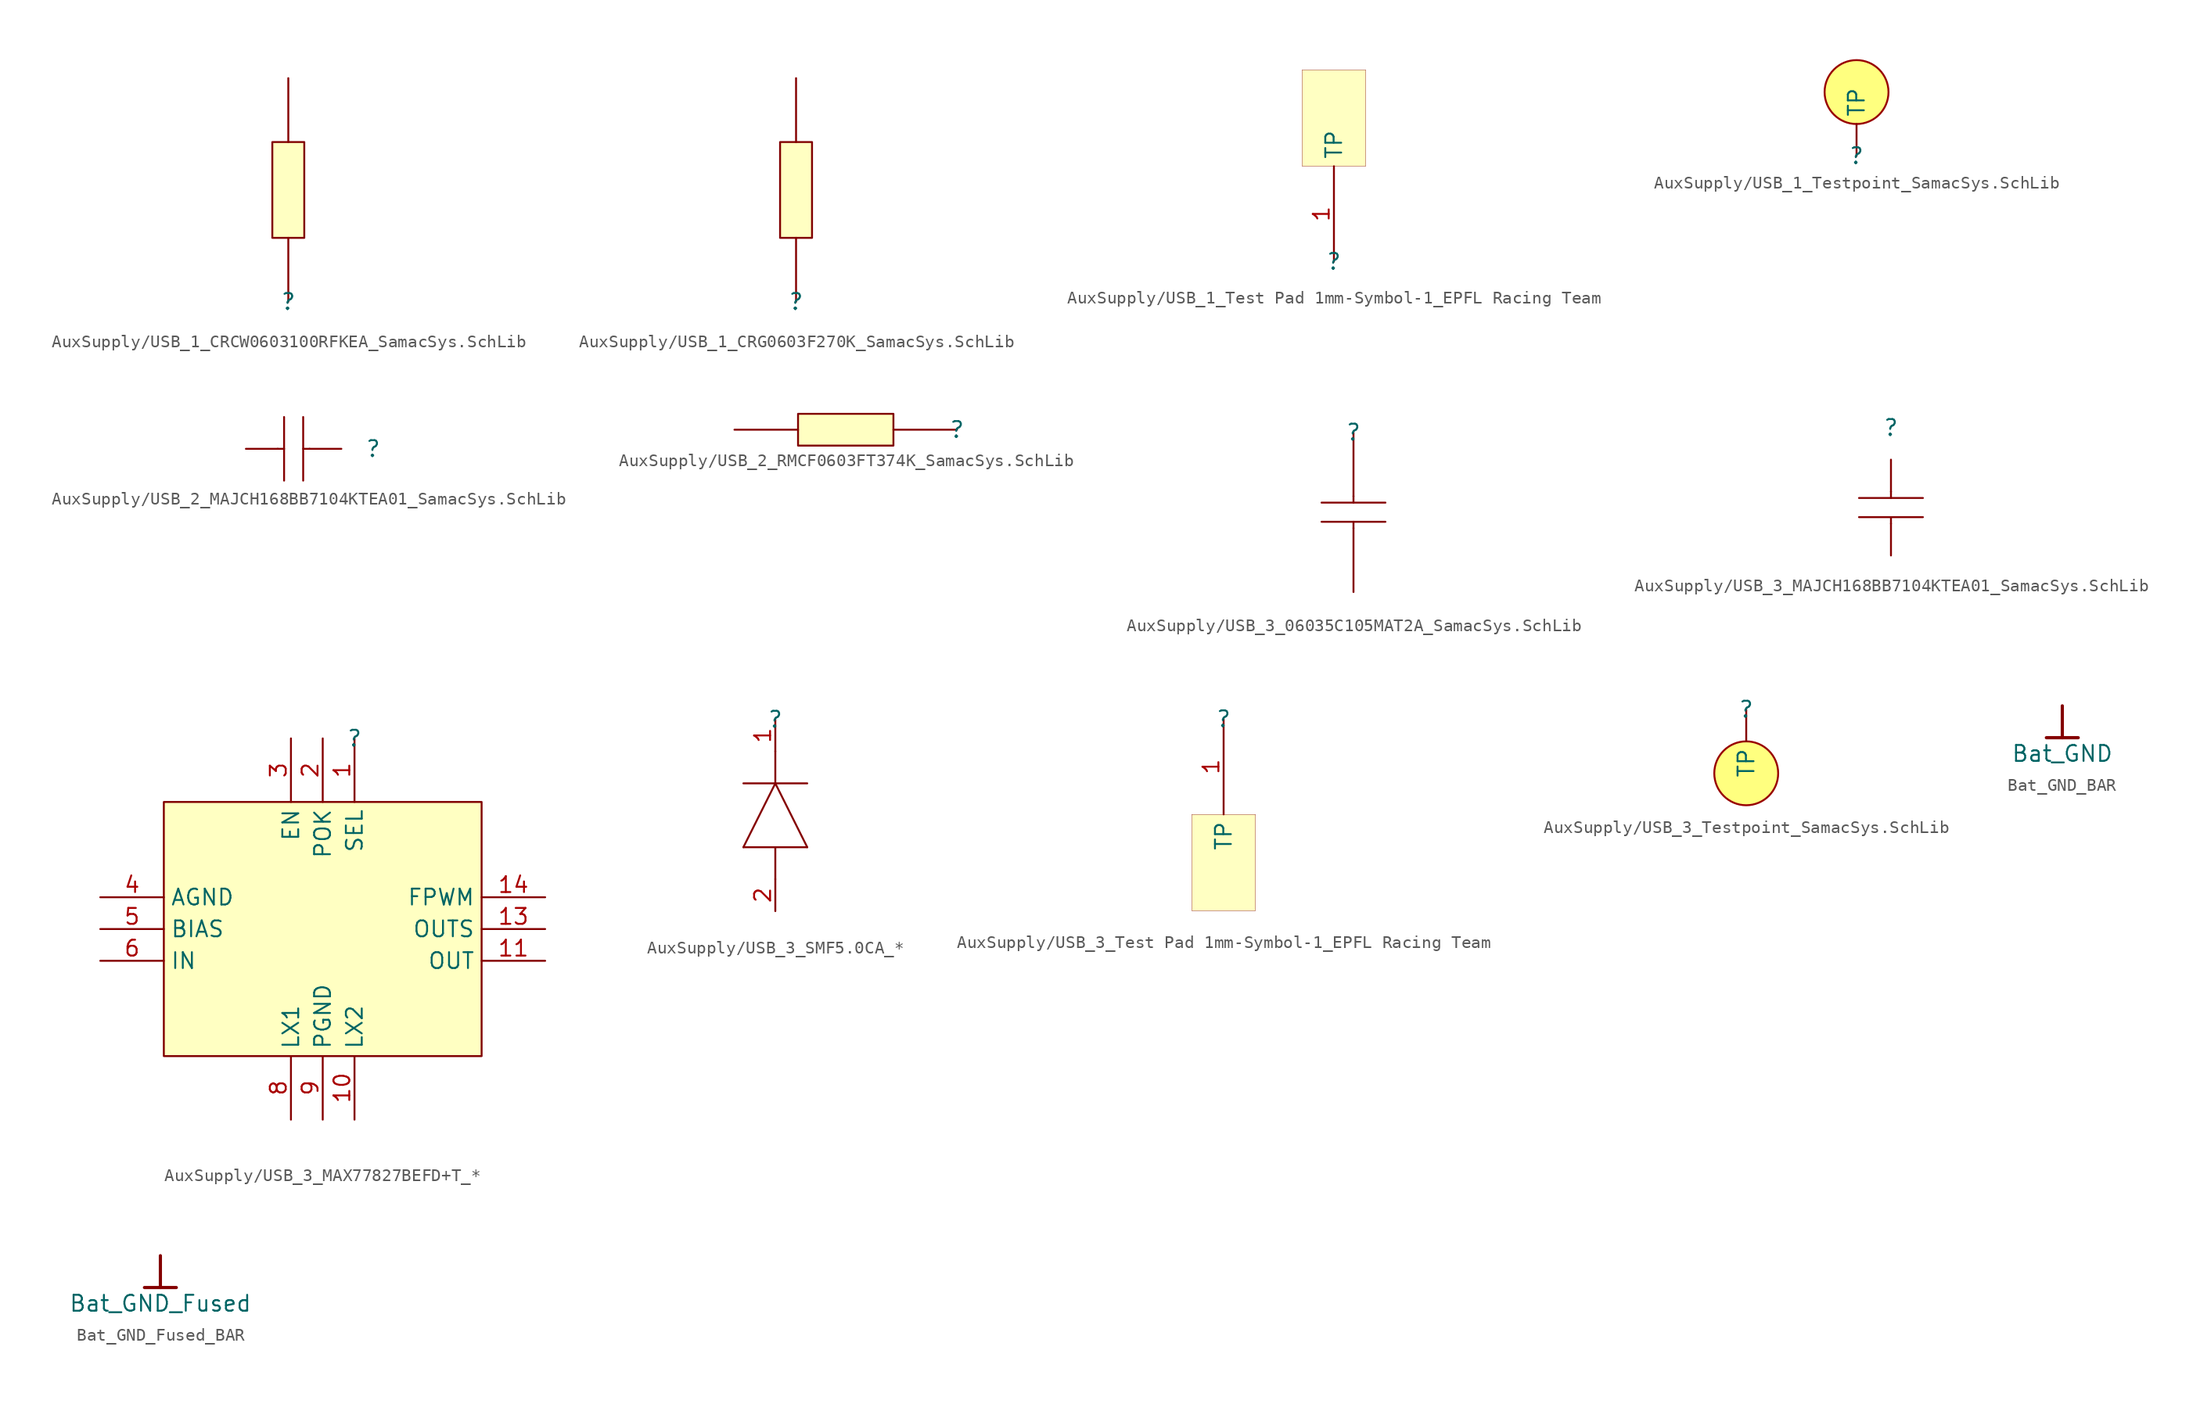
<source format=kicad_sym>
(kicad_symbol_lib
  (version 20241209)
  (generator "kicad_symbol_editor")
  (generator_version "9.0")
  (symbol "AuxSupply/USB_1_CRCW0603100RFKEA_SamacSys.SchLib"
    (pin_numbers
      (hide yes))
    (pin_names
      (hide yes))
    (property "Reference" ""
      (at 0 0 0)
      (effects (font (size 1.27 1.27))))
    (property "Value" ""
      (at 0 0 0)
      (effects (font (size 1.27 1.27))))
    (symbol "AuxSupply/USB_1_CRCW0603100RFKEA_SamacSys.SchLib_1_0"
      (rectangle (start 1.27 12.7) (end -1.27 5.08) (stroke (width 0) (type solid) (color 128 0 0 1)) (fill (type background)))
      (pin passive line (at 0 17.78 270) (length 5.08) (name "2" (effects (font (size 1.27 1.27)))) (number "2" (effects (font (size 1.27 1.27)))))
      (pin passive line (at 0 0 90) (length 5.08) (name "1" (effects (font (size 1.27 1.27)))) (number "1" (effects (font (size 1.27 1.27)))))))
  (symbol "AuxSupply/USB_1_CRG0603F270K_SamacSys.SchLib"
    (pin_numbers
      (hide yes))
    (pin_names
      (hide yes))
    (property "Reference" ""
      (at 0 0 0)
      (effects (font (size 1.27 1.27))))
    (property "Value" ""
      (at 0 0 0)
      (effects (font (size 1.27 1.27))))
    (symbol "AuxSupply/USB_1_CRG0603F270K_SamacSys.SchLib_1_0"
      (rectangle (start 1.27 12.7) (end -1.27 5.08) (stroke (width 0) (type solid) (color 128 0 0 1)) (fill (type background)))
      (pin passive line (at 0 17.78 270) (length 5.08) (name "2" (effects (font (size 1.27 1.27)))) (number "2" (effects (font (size 1.27 1.27)))))
      (pin passive line (at 0 0 90) (length 5.08) (name "1" (effects (font (size 1.27 1.27)))) (number "1" (effects (font (size 1.27 1.27)))))))
  (symbol "AuxSupply/USB_1_Test Pad 1mm-Symbol-1_EPFL Racing Team"
    (property "Reference" ""
      (at 0 0 0)
      (effects (font (size 1.27 1.27))))
    (property "Value" ""
      (at 0 0 0)
      (effects (font (size 1.27 1.27))))
    (symbol "AuxSupply/USB_1_Test Pad 1mm-Symbol-1_EPFL Racing Team_1_0"
      (rectangle (start 2.54 15.316) (end -2.54 7.62) (stroke (width 0.025) (type solid) (color 128 0 0 1)) (fill (type background)))
      (pin passive line (at 0 0 90) (length 7.62) (name "TP" (effects (font (size 1.27 1.27)))) (number "1" (effects (font (size 1.27 1.27)))))))
  (symbol "AuxSupply/USB_1_Testpoint_SamacSys.SchLib"
    (pin_numbers
      (hide yes))
    (property "Reference" ""
      (at 0 0 0)
      (effects (font (size 1.27 1.27))))
    (property "Value" ""
      (at 0 0 0)
      (effects (font (size 1.27 1.27))))
    (symbol "AuxSupply/USB_1_Testpoint_SamacSys.SchLib_1_0"
      (circle (center 0 5.08) (radius 2.54) (stroke (width 0) (type solid) (color 152 0 0 1)) (fill (type color) (color 255 255 0 0.5)))
      (pin passive line (at 0 0 90) (length 2.54) (name "TP" (effects (font (size 1.27 1.27)))) (number "1" (effects (font (size 1.27 1.27)))))))
  (symbol "AuxSupply/USB_2_MAJCH168BB7104KTEA01_SamacSys.SchLib"
    (pin_numbers
      (hide yes))
    (pin_names
      (hide yes))
    (property "Reference" ""
      (at 0 0 0)
      (effects (font (size 1.27 1.27))))
    (property "Value" ""
      (at 0 0 0)
      (effects (font (size 1.27 1.27))))
    (symbol "AuxSupply/USB_2_MAJCH168BB7104KTEA01_SamacSys.SchLib_1_0"
      (polyline (pts (xy -7.112 0) (xy -7.62 0)) (stroke (width 0) (type solid)) (fill (type none)))
      (polyline (pts (xy -7.112 -2.54) (xy -7.112 2.54)) (stroke (width 0) (type solid)) (fill (type none)))
      (polyline (pts (xy -5.588 -2.54) (xy -5.588 2.54)) (stroke (width 0) (type solid)) (fill (type none)))
      (polyline (pts (xy -5.08 0) (xy -5.588 0)) (stroke (width 0) (type solid)) (fill (type none)))
      (pin passive line (at -10.16 0 0) (length 2.54) (name "2" (effects (font (size 1.27 1.27)))) (number "2" (effects (font (size 1.27 1.27)))))
      (pin passive line (at -2.54 0 180) (length 2.54) (name "1" (effects (font (size 1.27 1.27)))) (number "1" (effects (font (size 1.27 1.27)))))))
  (symbol "AuxSupply/USB_2_RMCF0603FT374K_SamacSys.SchLib"
    (pin_numbers
      (hide yes))
    (pin_names
      (hide yes))
    (property "Reference" ""
      (at 0 0 0)
      (effects (font (size 1.27 1.27))))
    (property "Value" ""
      (at 0 0 0)
      (effects (font (size 1.27 1.27))))
    (symbol "AuxSupply/USB_2_RMCF0603FT374K_SamacSys.SchLib_1_0"
      (rectangle (start -5.08 1.27) (end -12.7 -1.27) (stroke (width 0) (type solid) (color 128 0 0 1)) (fill (type background)))
      (pin passive line (at -17.78 0 0) (length 5.08) (name "2" (effects (font (size 1.27 1.27)))) (number "2" (effects (font (size 1.27 1.27)))))
      (pin passive line (at 0 0 180) (length 5.08) (name "1" (effects (font (size 1.27 1.27)))) (number "1" (effects (font (size 1.27 1.27)))))))
  (symbol "AuxSupply/USB_3_06035C105MAT2A_SamacSys.SchLib"
    (pin_numbers
      (hide yes))
    (pin_names
      (hide yes))
    (property "Reference" ""
      (at 0 0 0)
      (effects (font (size 1.27 1.27))))
    (property "Value" ""
      (at 0 0 0)
      (effects (font (size 1.27 1.27))))
    (symbol "AuxSupply/USB_3_06035C105MAT2A_SamacSys.SchLib_1_0"
      (polyline (pts (xy 0 -5.08) (xy 0 -5.588)) (stroke (width 0) (type solid)) (fill (type none)))
      (polyline (pts (xy 0 -7.112) (xy 0 -7.62)) (stroke (width 0) (type solid)) (fill (type none)))
      (polyline (pts (xy 2.54 -5.588) (xy -2.54 -5.588)) (stroke (width 0) (type solid)) (fill (type none)))
      (polyline (pts (xy 2.54 -7.112) (xy -2.54 -7.112)) (stroke (width 0) (type solid)) (fill (type none)))
      (pin passive line (at 0 0 270) (length 5.08) (name "1" (effects (font (size 1.27 1.27)))) (number "1" (effects (font (size 1.27 1.27)))))
      (pin passive line (at 0 -12.7 90) (length 5.08) (name "2" (effects (font (size 1.27 1.27)))) (number "2" (effects (font (size 1.27 1.27)))))))
  (symbol "AuxSupply/USB_3_MAJCH168BB7104KTEA01_SamacSys.SchLib"
    (pin_numbers
      (hide yes))
    (pin_names
      (hide yes))
    (property "Reference" ""
      (at 0 0 0)
      (effects (font (size 1.27 1.27))))
    (property "Value" ""
      (at 0 0 0)
      (effects (font (size 1.27 1.27))))
    (symbol "AuxSupply/USB_3_MAJCH168BB7104KTEA01_SamacSys.SchLib_1_0"
      (polyline (pts (xy 0 -5.08) (xy 0 -5.588)) (stroke (width 0) (type solid)) (fill (type none)))
      (polyline (pts (xy 0 -7.112) (xy 0 -7.62)) (stroke (width 0) (type solid)) (fill (type none)))
      (polyline (pts (xy 2.54 -5.588) (xy -2.54 -5.588)) (stroke (width 0) (type solid)) (fill (type none)))
      (polyline (pts (xy 2.54 -7.112) (xy -2.54 -7.112)) (stroke (width 0) (type solid)) (fill (type none)))
      (pin passive line (at 0 -2.54 270) (length 2.54) (name "1" (effects (font (size 1.27 1.27)))) (number "1" (effects (font (size 1.27 1.27)))))
      (pin passive line (at 0 -10.16 90) (length 2.54) (name "2" (effects (font (size 1.27 1.27)))) (number "2" (effects (font (size 1.27 1.27)))))))
  (symbol "AuxSupply/USB_3_MAX77827BEFD+T_*"
    (property "Reference" ""
      (at 0 0 0)
      (effects (font (size 1.27 1.27))))
    (property "Value" ""
      (at 0 0 0)
      (effects (font (size 1.27 1.27))))
    (symbol "AuxSupply/USB_3_MAX77827BEFD+T_*_1_0"
      (rectangle (start 10.16 -5.08) (end -15.24 -25.4) (stroke (width 0) (type solid) (color 128 0 0 1)) (fill (type background)))
      (pin passive line (at -20.32 -12.7 0) (length 5.08) (name "AGND" (effects (font (size 1.27 1.27)))) (number "4" (effects (font (size 1.27 1.27)))))
      (pin passive line (at -20.32 -15.24 0) (length 5.08) (name "BIAS" (effects (font (size 1.27 1.27)))) (number "5" (effects (font (size 1.27 1.27)))))
      (pin passive line (at -20.32 -17.78 0) (length 5.08) (name "IN" (effects (font (size 1.27 1.27)))) (number "6" (effects (font (size 1.27 1.27)))))
      (pin passive line (at -5.08 0 270) (length 5.08) (name "EN" (effects (font (size 1.27 1.27)))) (number "3" (effects (font (size 1.27 1.27)))))
      (pin passive line (at -5.08 -30.48 90) (length 5.08) (name "LX1" (effects (font (size 1.27 1.27)))) (number "8" (effects (font (size 1.27 1.27)))))
      (pin passive line (at -2.54 0 270) (length 5.08) (name "POK" (effects (font (size 1.27 1.27)))) (number "2" (effects (font (size 1.27 1.27)))))
      (pin passive line (at -2.54 -30.48 90) (length 5.08) (name "PGND" (effects (font (size 1.27 1.27)))) (number "9" (effects (font (size 1.27 1.27)))))
      (pin passive line (at 0 0 270) (length 5.08) (name "SEL" (effects (font (size 1.27 1.27)))) (number "1" (effects (font (size 1.27 1.27)))))
      (pin passive line (at 0 -30.48 90) (length 5.08) (name "LX2" (effects (font (size 1.27 1.27)))) (number "10" (effects (font (size 1.27 1.27)))))
      (pin passive line (at 15.24 -12.7 180) (length 5.08) (name "FPWM" (effects (font (size 1.27 1.27)))) (number "14" (effects (font (size 1.27 1.27)))))
      (pin passive line (at 15.24 -15.24 180) (length 5.08) (name "OUTS" (effects (font (size 1.27 1.27)))) (number "13" (effects (font (size 1.27 1.27)))))
      (pin passive line (at 15.24 -17.78 180) (length 5.08) (name "OUT" (effects (font (size 1.27 1.27)))) (number "11" (effects (font (size 1.27 1.27)))))))
  (symbol "AuxSupply/USB_3_SMF5.0CA_*"
    (pin_names
      (hide yes))
    (property "Reference" ""
      (at 0 0 0)
      (effects (font (size 1.27 1.27))))
    (property "Value" ""
      (at 0 0 0)
      (effects (font (size 1.27 1.27))))
    (symbol "AuxSupply/USB_3_SMF5.0CA_*_1_0"
      (polyline (pts (xy -2.54 -10.16) (xy 0 -5.08)) (stroke (width 0) (type solid)) (fill (type none)))
      (polyline (pts (xy 0 -2.54) (xy 0 -5.08)) (stroke (width 0) (type solid)) (fill (type none)))
      (polyline (pts (xy 0 -5.08) (xy 2.54 -10.16)) (stroke (width 0) (type solid)) (fill (type none)))
      (polyline (pts (xy 0 -10.16) (xy 0 -12.7)) (stroke (width 0) (type solid)) (fill (type none)))
      (polyline (pts (xy 2.54 -5.08) (xy -2.54 -5.08)) (stroke (width 0) (type solid)) (fill (type none)))
      (polyline (pts (xy 2.54 -10.16) (xy -2.54 -10.16)) (stroke (width 0) (type solid)) (fill (type none)))
      (pin passive line (at 0 0 270) (length 2.54) (name "K" (effects (font (size 1.27 1.27)))) (number "1" (effects (font (size 1.27 1.27)))))
      (pin passive line (at 0 -15.24 90) (length 2.54) (name "A" (effects (font (size 1.27 1.27)))) (number "2" (effects (font (size 1.27 1.27)))))))
  (symbol "AuxSupply/USB_3_Test Pad 1mm-Symbol-1_EPFL Racing Team"
    (property "Reference" ""
      (at 0 0 0)
      (effects (font (size 1.27 1.27))))
    (property "Value" ""
      (at 0 0 0)
      (effects (font (size 1.27 1.27))))
    (symbol "AuxSupply/USB_3_Test Pad 1mm-Symbol-1_EPFL Racing Team_1_0"
      (rectangle (start 2.54 -7.62) (end -2.54 -15.316) (stroke (width 0.025) (type solid) (color 128 0 0 1)) (fill (type background)))
      (pin passive line (at 0 0 270) (length 7.62) (name "TP" (effects (font (size 1.27 1.27)))) (number "1" (effects (font (size 1.27 1.27)))))))
  (symbol "AuxSupply/USB_3_Testpoint_SamacSys.SchLib"
    (pin_numbers
      (hide yes))
    (property "Reference" ""
      (at 0 0 0)
      (effects (font (size 1.27 1.27))))
    (property "Value" ""
      (at 0 0 0)
      (effects (font (size 1.27 1.27))))
    (symbol "AuxSupply/USB_3_Testpoint_SamacSys.SchLib_1_0"
      (circle (center 0 -5.08) (radius 2.54) (stroke (width 0) (type solid) (color 152 0 0 1)) (fill (type color) (color 255 255 0 0.5)))
      (pin passive line (at 0 0 270) (length 2.54) (name "TP" (effects (font (size 1.27 1.27)))) (number "1" (effects (font (size 1.27 1.27)))))))
  (symbol "Bat_GND_BAR"
    (power)
    (property "Reference" "#PWR"
      (at 0 0 0)
      (effects (font (size 1.27 1.27)) (hide yes)))
    (property "Value" "Bat_GND"
      (at 0 -3.81 0)
      (effects (font (size 1.27 1.27))))
    (symbol "Bat_GND_BAR_0_0"
      (polyline (pts (xy -1.27 -2.54) (xy 1.27 -2.54)) (stroke (width 0.254) (type solid)) (fill (type none)))
      (polyline (pts (xy 0 0) (xy 0 -2.54)) (stroke (width 0.254) (type solid)) (fill (type none)))
      (pin power_in line (at 0 0 0) (length 0) (hide yes) (name "Bat_GND" (effects (font (size 1.27 1.27)))) (number "" (effects (font (size 1.27 1.27)))))))
  (symbol "Bat_GND_Fused_BAR"
    (power)
    (property "Reference" "#PWR"
      (at 0 0 0)
      (effects (font (size 1.27 1.27)) (hide yes)))
    (property "Value" "Bat_GND_Fused"
      (at 0 -3.81 0)
      (effects (font (size 1.27 1.27))))
    (symbol "Bat_GND_Fused_BAR_0_0"
      (polyline (pts (xy -1.27 -2.54) (xy 1.27 -2.54)) (stroke (width 0.254) (type solid)) (fill (type none)))
      (polyline (pts (xy 0 0) (xy 0 -2.54)) (stroke (width 0.254) (type solid)) (fill (type none)))
      (pin power_in line (at 0 0 0) (length 0) (hide yes) (name "Bat_GND_Fused" (effects (font (size 1.27 1.27)))) (number "" (effects (font (size 1.27 1.27))))))))
</source>
